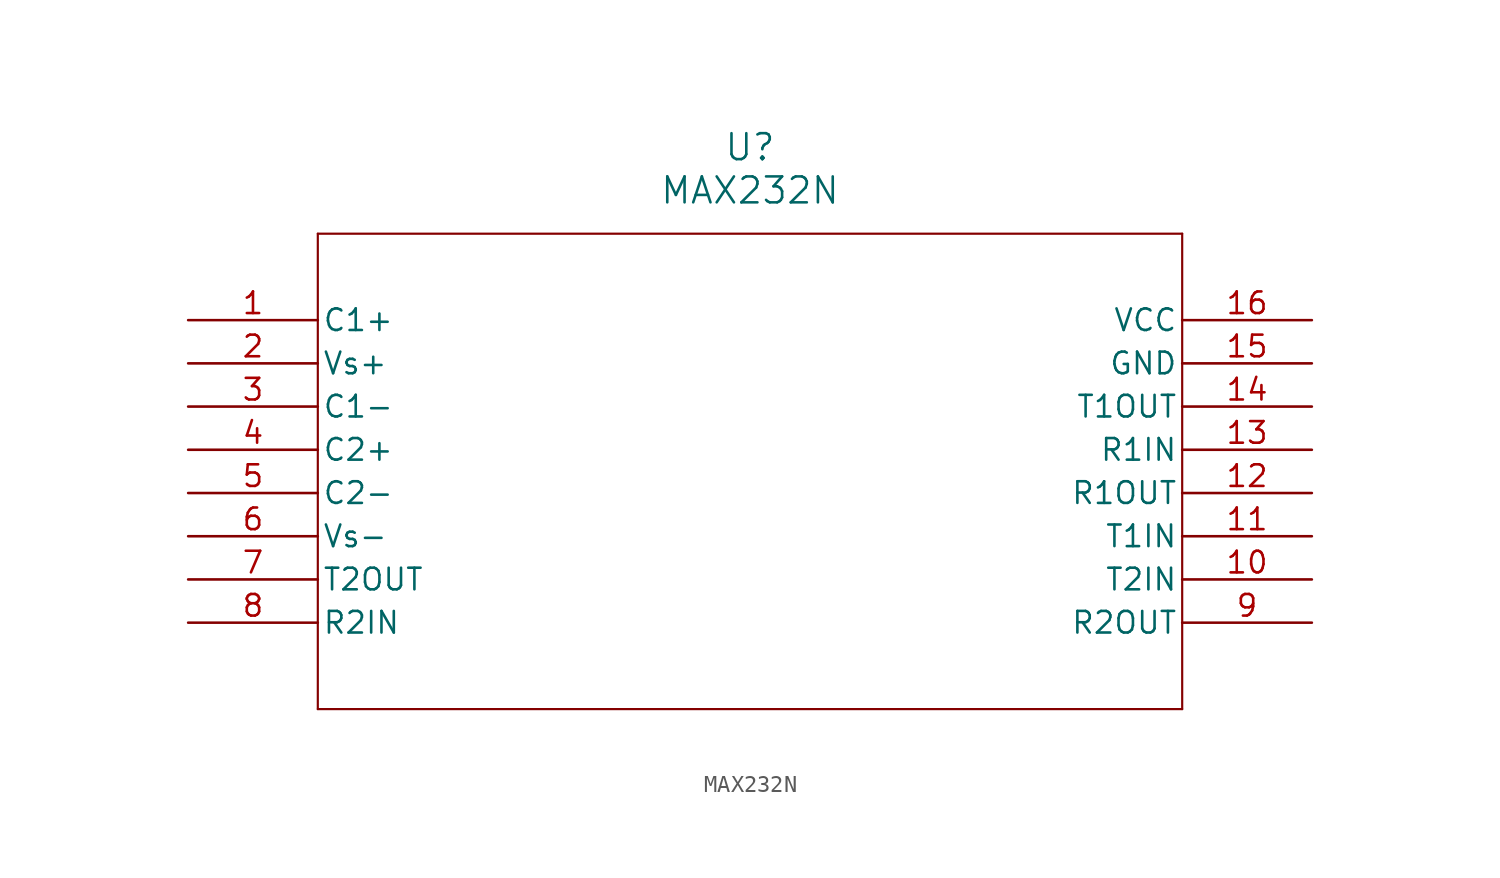
<source format=kicad_sym>
(kicad_symbol_lib
  (version 20211014)
  (generator kicad_symbol_editor)
  (symbol "MAX232N"
    (pin_names
      (offset 0.254))
    (property "Reference" "U"
      (at 33.02 10.16 0)
      (effects (font (size 1.524 1.524))))
    (property "Value" "MAX232N"
      (at 33.02 7.62 0)
      (effects (font (size 1.524 1.524))))
    (symbol "MAX232N_0_1"
      (polyline (pts (xy 7.62 5.08) (xy 7.62 -22.86)) (stroke (width 0.127) (type default) (color 0 0 0 0)) (fill (type none)))
      (polyline (pts (xy 7.62 -22.86) (xy 58.42 -22.86)) (stroke (width 0.127) (type default) (color 0 0 0 0)) (fill (type none)))
      (polyline (pts (xy 58.42 -22.86) (xy 58.42 5.08)) (stroke (width 0.127) (type default) (color 0 0 0 0)) (fill (type none)))
      (polyline (pts (xy 58.42 5.08) (xy 7.62 5.08)) (stroke (width 0.127) (type default) (color 0 0 0 0)) (fill (type none)))
      (pin unspecified line (at 0 0 0) (length 7.62) (name "C1+" (effects (font (size 1.27 1.27)))) (number "1" (effects (font (size 1.27 1.27)))))
      (pin unspecified line (at 0 -2.54 0) (length 7.62) (name "Vs+" (effects (font (size 1.27 1.27)))) (number "2" (effects (font (size 1.27 1.27)))))
      (pin unspecified line (at 0 -5.08 0) (length 7.62) (name "C1-" (effects (font (size 1.27 1.27)))) (number "3" (effects (font (size 1.27 1.27)))))
      (pin unspecified line (at 0 -7.62 0) (length 7.62) (name "C2+" (effects (font (size 1.27 1.27)))) (number "4" (effects (font (size 1.27 1.27)))))
      (pin unspecified line (at 0 -10.16 0) (length 7.62) (name "C2-" (effects (font (size 1.27 1.27)))) (number "5" (effects (font (size 1.27 1.27)))))
      (pin unspecified line (at 0 -12.7 0) (length 7.62) (name "Vs-" (effects (font (size 1.27 1.27)))) (number "6" (effects (font (size 1.27 1.27)))))
      (pin output line (at 0 -15.24 0) (length 7.62) (name "T2OUT" (effects (font (size 1.27 1.27)))) (number "7" (effects (font (size 1.27 1.27)))))
      (pin input line (at 0 -17.78 0) (length 7.62) (name "R2IN" (effects (font (size 1.27 1.27)))) (number "8" (effects (font (size 1.27 1.27)))))
      (pin output line (at 66.04 -17.78 180) (length 7.62) (name "R2OUT" (effects (font (size 1.27 1.27)))) (number "9" (effects (font (size 1.27 1.27)))))
      (pin input line (at 66.04 -15.24 180) (length 7.62) (name "T2IN" (effects (font (size 1.27 1.27)))) (number "10" (effects (font (size 1.27 1.27)))))
      (pin input line (at 66.04 -12.7 180) (length 7.62) (name "T1IN" (effects (font (size 1.27 1.27)))) (number "11" (effects (font (size 1.27 1.27)))))
      (pin output line (at 66.04 -10.16 180) (length 7.62) (name "R1OUT" (effects (font (size 1.27 1.27)))) (number "12" (effects (font (size 1.27 1.27)))))
      (pin input line (at 66.04 -7.62 180) (length 7.62) (name "R1IN" (effects (font (size 1.27 1.27)))) (number "13" (effects (font (size 1.27 1.27)))))
      (pin output line (at 66.04 -5.08 180) (length 7.62) (name "T1OUT" (effects (font (size 1.27 1.27)))) (number "14" (effects (font (size 1.27 1.27)))))
      (pin power_in line (at 66.04 -2.54 180) (length 7.62) (name "GND" (effects (font (size 1.27 1.27)))) (number "15" (effects (font (size 1.27 1.27)))))
      (pin power_in line (at 66.04 0 180) (length 7.62) (name "VCC" (effects (font (size 1.27 1.27)))) (number "16" (effects (font (size 1.27 1.27))))))))
</source>
